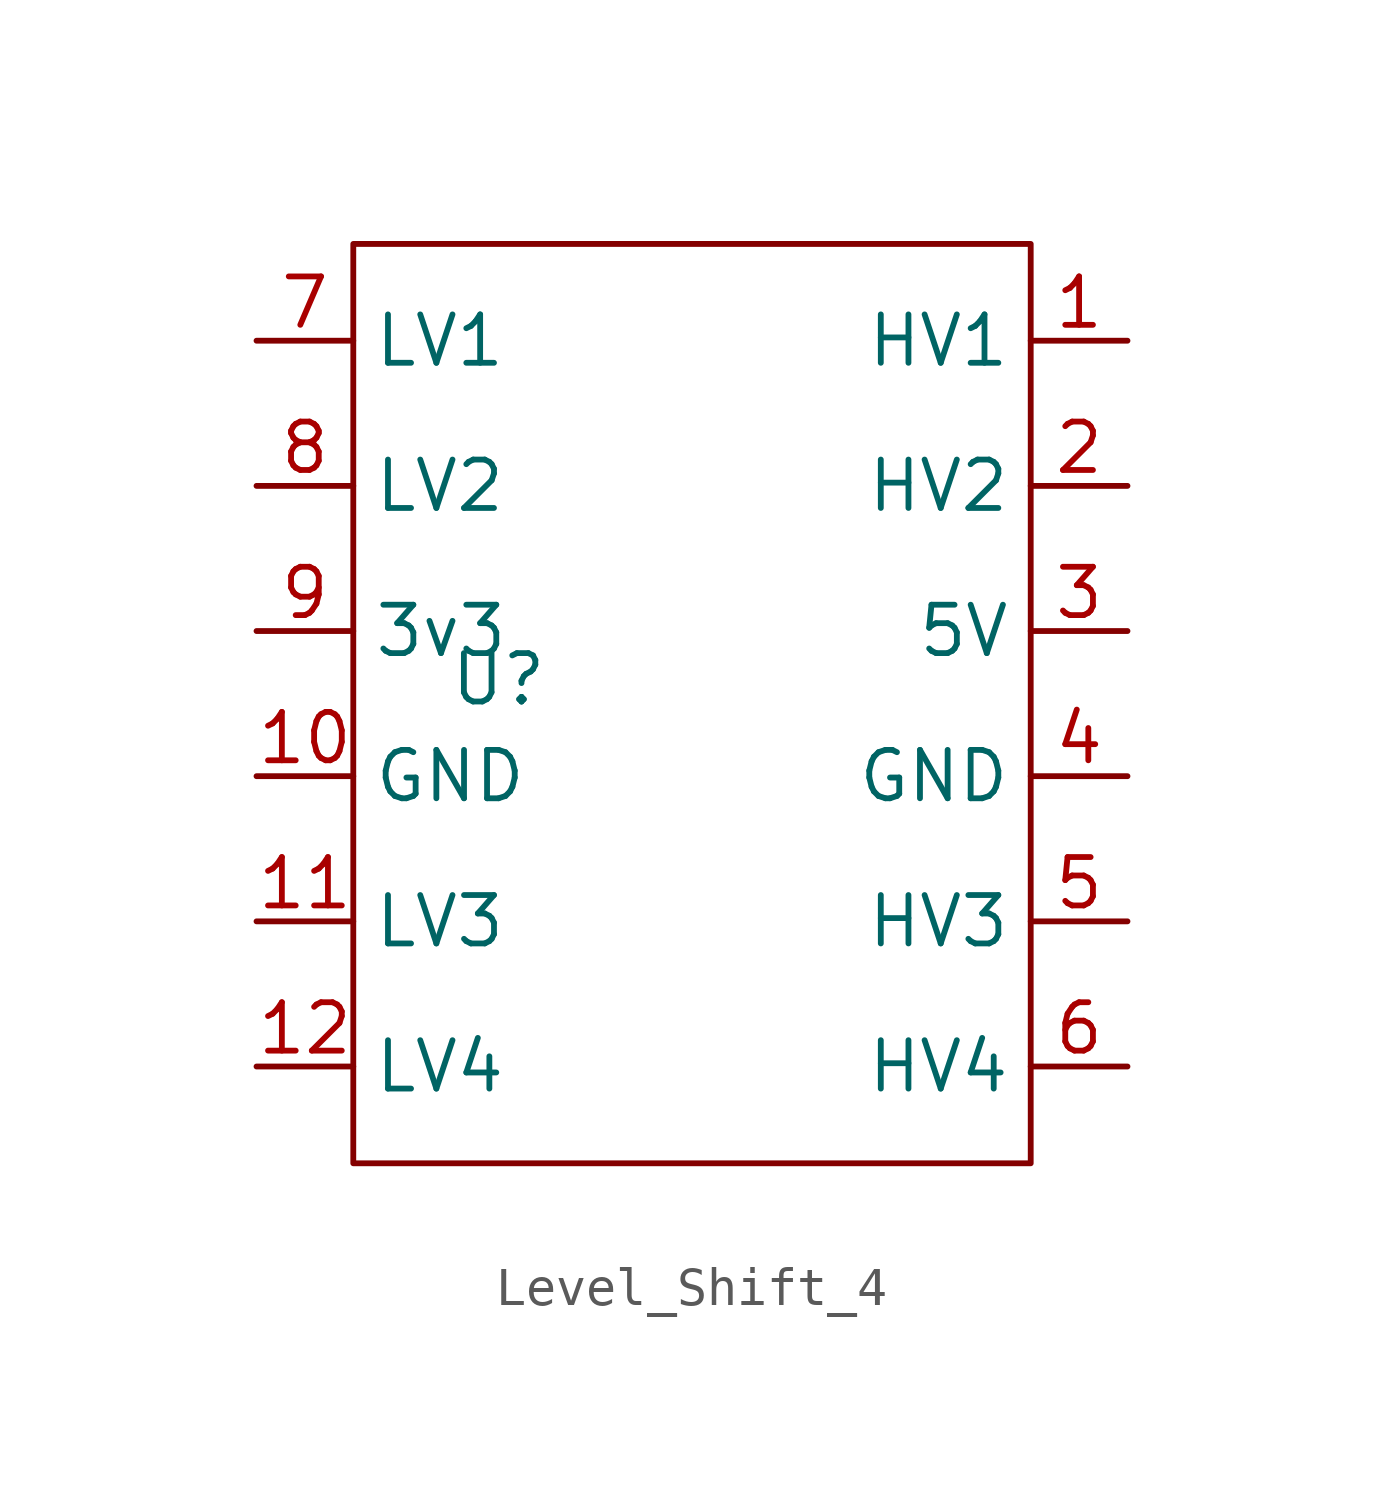
<source format=kicad_sym>
(kicad_symbol_lib
  (version 20241209)
  (generator "kicad_symbol_editor")
  (generator_version "9.0")
  (symbol "Level_Shift_4"
    (property "Reference" "U"
      (at 0 0 0)
      (effects (font (size 1.27 1.27))))
    (property "Value" ""
      (at 0 0 0)
      (effects (font (size 1.27 1.27))))
    (symbol "Level_Shift_4_0_1"
      (rectangle (start -3.81 11.43) (end 13.97 -12.7) (stroke (width 0) (type default)) (fill (type none))))
    (symbol "Level_Shift_4_1_1"
      (pin bidirectional line (at -6.35 8.89 0) (length 2.54) (name "LV1" (effects (font (size 1.27 1.27)))) (number "7" (effects (font (size 1.27 1.27)))))
      (pin bidirectional line (at -6.35 5.08 0) (length 2.54) (name "LV2" (effects (font (size 1.27 1.27)))) (number "8" (effects (font (size 1.27 1.27)))))
      (pin power_in line (at -6.35 1.27 0) (length 2.54) (name "3v3" (effects (font (size 1.27 1.27)))) (number "9" (effects (font (size 1.27 1.27)))))
      (pin power_in line (at -6.35 -2.54 0) (length 2.54) (name "GND" (effects (font (size 1.27 1.27)))) (number "10" (effects (font (size 1.27 1.27)))))
      (pin bidirectional line (at -6.35 -6.35 0) (length 2.54) (name "LV3" (effects (font (size 1.27 1.27)))) (number "11" (effects (font (size 1.27 1.27)))))
      (pin bidirectional line (at -6.35 -10.16 0) (length 2.54) (name "LV4" (effects (font (size 1.27 1.27)))) (number "12" (effects (font (size 1.27 1.27)))))
      (pin bidirectional line (at 16.51 8.89 180) (length 2.54) (name "HV1" (effects (font (size 1.27 1.27)))) (number "1" (effects (font (size 1.27 1.27)))))
      (pin bidirectional line (at 16.51 5.08 180) (length 2.54) (name "HV2" (effects (font (size 1.27 1.27)))) (number "2" (effects (font (size 1.27 1.27)))))
      (pin power_in line (at 16.51 1.27 180) (length 2.54) (name "5V" (effects (font (size 1.27 1.27)))) (number "3" (effects (font (size 1.27 1.27)))))
      (pin power_in line (at 16.51 -2.54 180) (length 2.54) (name "GND" (effects (font (size 1.27 1.27)))) (number "4" (effects (font (size 1.27 1.27)))))
      (pin bidirectional line (at 16.51 -6.35 180) (length 2.54) (name "HV3" (effects (font (size 1.27 1.27)))) (number "5" (effects (font (size 1.27 1.27)))))
      (pin bidirectional line (at 16.51 -10.16 180) (length 2.54) (name "HV4" (effects (font (size 1.27 1.27)))) (number "6" (effects (font (size 1.27 1.27))))))))
</source>
